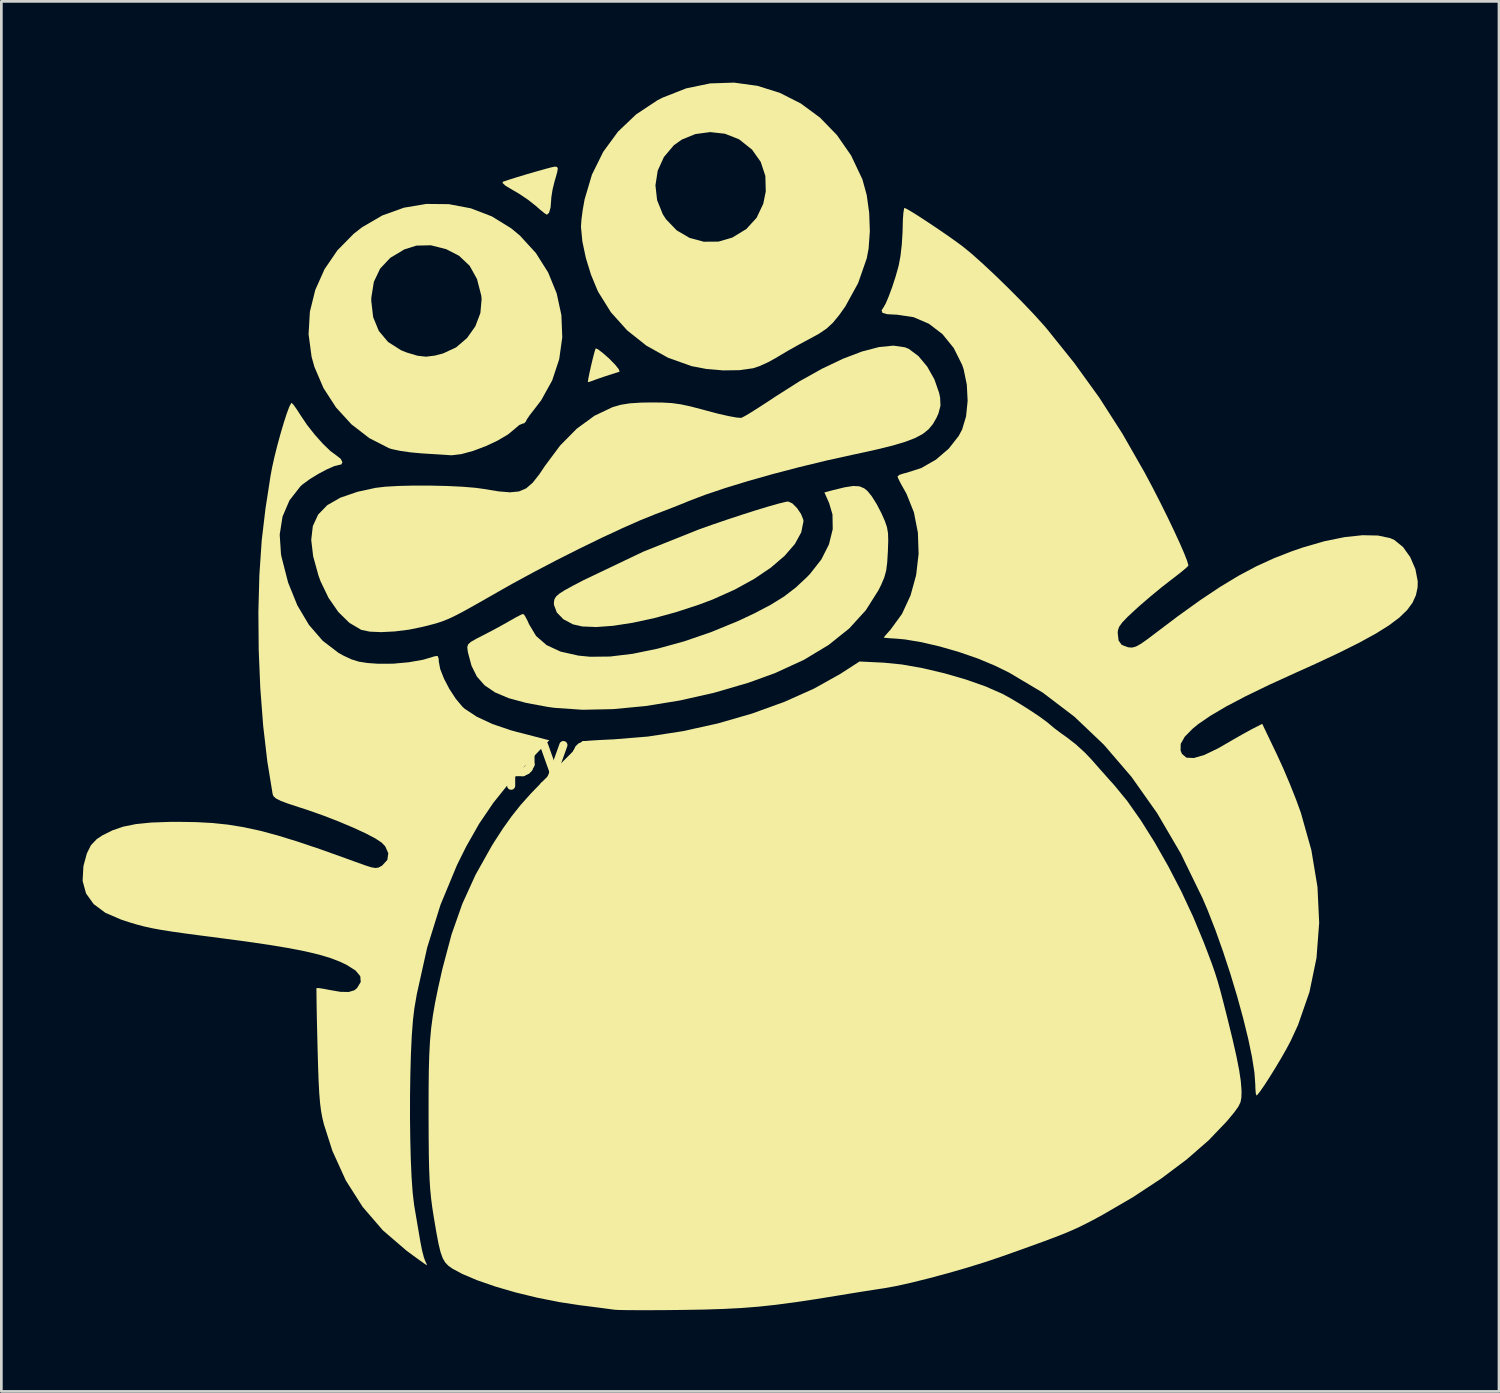
<source format=kicad_pcb>
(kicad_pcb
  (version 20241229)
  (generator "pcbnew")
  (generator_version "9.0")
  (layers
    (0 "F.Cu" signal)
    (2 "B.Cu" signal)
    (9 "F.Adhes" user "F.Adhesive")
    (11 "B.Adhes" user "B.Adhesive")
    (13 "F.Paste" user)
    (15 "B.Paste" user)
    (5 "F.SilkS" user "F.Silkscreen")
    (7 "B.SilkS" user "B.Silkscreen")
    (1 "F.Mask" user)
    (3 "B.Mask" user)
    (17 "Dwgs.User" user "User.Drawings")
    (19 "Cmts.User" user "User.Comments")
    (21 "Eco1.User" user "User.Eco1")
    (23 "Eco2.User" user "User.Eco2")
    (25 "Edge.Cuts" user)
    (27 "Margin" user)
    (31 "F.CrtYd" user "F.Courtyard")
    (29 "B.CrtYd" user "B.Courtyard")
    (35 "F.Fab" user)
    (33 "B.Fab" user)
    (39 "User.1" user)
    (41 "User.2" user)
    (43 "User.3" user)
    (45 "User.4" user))
  (footprint "pyoro_silkscreen"
    (layer "F.Cu")
    (at 24.747 24.776)
    (property "Reference" "pyoro_silkscreen" (at 0 0 0) (layer "F.SilkS") (effects (font (size 1.5 1.5) (thickness 0.3))))
    (attr board_only exclude_from_pos_files exclude_from_bom)
    (fp_poly (pts (xy -5.727 -14.934) (xy -5.561 -14.809) (xy -5.34 -14.616) (xy -5.294 -14.573) (xy -5.086 -14.36) (xy -4.955 -14.195) (xy -4.925 -14.108) (xy -4.933 -14.102) (xy -5.196 -14.02) (xy -5.493 -13.923) (xy -5.762 -13.831) (xy -5.939 -13.765) (xy -5.948 -13.761) (xy -6.07 -13.722) (xy -6.096 -13.728) (xy -6.078 -13.855) (xy -6.032 -14.083) (xy -5.97 -14.359) (xy -5.904 -14.632) (xy -5.846 -14.85) (xy -5.809 -14.961) (xy -5.806 -14.965)) (stroke (width 0) (type solid)) (fill yes) (layer "F.SilkS"))
    (fp_poly (pts (xy -7.235 -21.664) (xy -7.206 -21.607) (xy -7.228 -21.469) (xy -7.3 -21.214) (xy -7.325 -21.132) (xy -7.4 -20.827) (xy -7.445 -20.538) (xy -7.451 -20.44) (xy -7.473 -20.164) (xy -7.53 -19.969) (xy -7.608 -19.9) (xy -7.696 -19.954) (xy -7.865 -20.091) (xy -8.014 -20.222) (xy -8.291 -20.442) (xy -8.631 -20.672) (xy -8.861 -20.806) (xy -9.131 -20.966) (xy -9.248 -21.072) (xy -9.228 -21.118) (xy -9.009 -21.192) (xy -8.703 -21.288) (xy -8.352 -21.394) (xy -7.996 -21.497) (xy -7.678 -21.587) (xy -7.437 -21.65) (xy -7.315 -21.675) (xy -7.313 -21.675)) (stroke (width 0) (type solid)) (fill yes) (layer "F.SilkS"))
    (fp_poly (pts (xy 1.451 -9.244) (xy 1.624 -9.072) (xy 1.773 -8.852) (xy 1.857 -8.64) (xy 1.863 -8.584) (xy 1.781 -8.174) (xy 1.546 -7.746) (xy 1.169 -7.31) (xy 0.664 -6.876) (xy 0.043 -6.456) (xy -0.681 -6.058) (xy -1.494 -5.694) (xy -1.99 -5.507) (xy -2.841 -5.229) (xy -3.668 -5.003) (xy -4.449 -4.835) (xy -5.162 -4.725) (xy -5.786 -4.679) (xy -6.298 -4.7) (xy -6.646 -4.778) (xy -7.001 -4.967) (xy -7.243 -5.218) (xy -7.349 -5.501) (xy -7.349 -5.605) (xy -7.327 -5.712) (xy -7.268 -5.808) (xy -7.149 -5.912) (xy -6.946 -6.041) (xy -6.635 -6.212) (xy -6.265 -6.405) (xy -4.054 -7.46) (xy -1.99 -8.285) (xy -1.474 -8.468) (xy -0.934 -8.652) (xy -0.395 -8.83) (xy 0.115 -8.992) (xy 0.568 -9.129) (xy 0.937 -9.234) (xy 1.194 -9.298) (xy 1.298 -9.313)) (stroke (width 0) (type solid)) (fill yes) (layer "F.SilkS"))
    (fp_poly (pts (xy 3.928 -9.874) (xy 4.103 -9.801) (xy 4.228 -9.699) (xy 4.384 -9.506) (xy 4.565 -9.217) (xy 4.734 -8.893) (xy 4.742 -8.877) (xy 4.869 -8.59) (xy 4.946 -8.364) (xy 4.984 -8.143) (xy 4.992 -7.868) (xy 4.979 -7.484) (xy 4.978 -7.465) (xy 4.954 -7.059) (xy 4.915 -6.759) (xy 4.845 -6.506) (xy 4.73 -6.236) (xy 4.633 -6.041) (xy 4.167 -5.303) (xy 3.555 -4.629) (xy 2.793 -4.019) (xy 1.88 -3.469) (xy 0.811 -2.978) (xy -0.169 -2.623) (xy -1.432 -2.254) (xy -2.704 -1.967) (xy -3.956 -1.764) (xy -5.162 -1.649) (xy -6.293 -1.625) (xy -7.322 -1.696) (xy -7.578 -1.731) (xy -8.372 -1.878) (xy -9.015 -2.052) (xy -9.521 -2.265) (xy -9.909 -2.528) (xy -10.194 -2.853) (xy -10.392 -3.252) (xy -10.521 -3.735) (xy -10.531 -3.789) (xy -10.548 -3.932) (xy -10.52 -4.035) (xy -10.416 -4.131) (xy -10.21 -4.249) (xy -10.002 -4.355) (xy -9.64 -4.542) (xy -9.265 -4.746) (xy -8.984 -4.905) (xy -8.741 -5.043) (xy -8.557 -5.137) (xy -8.484 -5.164) (xy -8.42 -5.093) (xy -8.324 -4.912) (xy -8.267 -4.782) (xy -8.007 -4.348) (xy -7.62 -4.012) (xy -7.103 -3.772) (xy -6.449 -3.625) (xy -6.011 -3.582) (xy -5.278 -3.59) (xy -4.437 -3.692) (xy -3.516 -3.882) (xy -2.545 -4.15) (xy -1.55 -4.491) (xy -0.561 -4.897) (xy 0.026 -5.172) (xy 0.645 -5.496) (xy 1.148 -5.807) (xy 1.582 -6.14) (xy 1.994 -6.526) (xy 2.104 -6.64) (xy 2.522 -7.173) (xy 2.804 -7.731) (xy 2.943 -8.292) (xy 2.934 -8.835) (xy 2.81 -9.255) (xy 2.636 -9.648) (xy 2.948 -9.731) (xy 3.386 -9.838) (xy 3.7 -9.886)) (stroke (width 0) (type solid)) (fill yes) (layer "F.SilkS"))
    (fp_poly (pts (xy -11.231 -20.29) (xy -10.417 -20.136) (xy -9.641 -19.838) (xy -8.926 -19.397) (xy -8.608 -19.133) (xy -8.016 -18.487) (xy -7.562 -17.767) (xy -7.247 -16.995) (xy -7.073 -16.191) (xy -7.041 -15.374) (xy -7.154 -14.566) (xy -7.412 -13.785) (xy -7.818 -13.052) (xy -8.079 -12.709) (xy -8.246 -12.496) (xy -8.356 -12.331) (xy -8.382 -12.269) (xy -8.45 -12.199) (xy -8.496 -12.192) (xy -8.633 -12.134) (xy -8.769 -12.016) (xy -9.036 -11.794) (xy -9.418 -11.567) (xy -9.866 -11.356) (xy -10.332 -11.181) (xy -10.767 -11.062) (xy -11.122 -11.02) (xy -11.173 -11.022) (xy -11.348 -11.034) (xy -11.644 -11.053) (xy -12.011 -11.076) (xy -12.234 -11.09) (xy -12.642 -11.127) (xy -13.028 -11.183) (xy -13.333 -11.248) (xy -13.437 -11.281) (xy -14.163 -11.652) (xy -14.822 -12.161) (xy -15.393 -12.785) (xy -15.856 -13.501) (xy -16.191 -14.283) (xy -16.295 -14.655) (xy -16.406 -15.486) (xy -16.358 -16.316) (xy -16.258 -16.722) (xy -14.092 -16.722) (xy -14.022 -16.118) (xy -13.813 -15.609) (xy -13.47 -15.201) (xy -12.994 -14.898) (xy -12.768 -14.808) (xy -12.384 -14.694) (xy -12.069 -14.659) (xy -11.74 -14.7) (xy -11.438 -14.78) (xy -10.959 -15.003) (xy -10.556 -15.348) (xy -10.25 -15.781) (xy -10.064 -16.27) (xy -10.018 -16.782) (xy -10.032 -16.918) (xy -10.189 -17.527) (xy -10.46 -18.014) (xy -10.85 -18.383) (xy -11.323 -18.627) (xy -11.895 -18.772) (xy -12.426 -18.759) (xy -12.869 -18.62) (xy -13.389 -18.309) (xy -13.764 -17.911) (xy -13.997 -17.421) (xy -14.09 -16.835) (xy -14.092 -16.722) (xy -16.258 -16.722) (xy -16.159 -17.124) (xy -15.817 -17.888) (xy -15.341 -18.586) (xy -14.739 -19.197) (xy -14.43 -19.438) (xy -13.683 -19.873) (xy -12.886 -20.159) (xy -12.062 -20.298)) (stroke (width 0) (type solid)) (fill yes) (layer "F.SilkS"))
    (fp_poly (pts (xy 0.162 -24.658) (xy 0.989 -24.399) (xy 1.764 -24.006) (xy 2.472 -23.485) (xy 3.097 -22.842) (xy 3.622 -22.085) (xy 4.032 -21.219) (xy 4.044 -21.187) (xy 4.198 -20.623) (xy 4.289 -19.968) (xy 4.313 -19.287) (xy 4.267 -18.647) (xy 4.198 -18.287) (xy 3.88 -17.374) (xy 3.409 -16.516) (xy 3.187 -16.202) (xy 2.952 -15.915) (xy 2.717 -15.697) (xy 2.428 -15.502) (xy 2.095 -15.32) (xy 1.705 -15.111) (xy 1.298 -14.883) (xy 0.951 -14.678) (xy 0.888 -14.638) (xy 0.565 -14.458) (xy 0.235 -14.309) (xy -0.001 -14.231) (xy -0.507 -14.161) (xy -1.1 -14.153) (xy -1.712 -14.204) (xy -2.268 -14.31) (xy -3.134 -14.619) (xy -3.933 -15.064) (xy -4.644 -15.629) (xy -5.244 -16.296) (xy -5.712 -17.047) (xy -5.744 -17.114) (xy -5.982 -17.689) (xy -6.172 -18.31) (xy -6.3 -18.916) (xy -6.35 -19.446) (xy -6.35 -19.473) (xy -6.332 -19.731) (xy -6.286 -20.08) (xy -6.22 -20.446) (xy -6.218 -20.461) (xy -6.063 -20.984) (xy -3.602 -20.984) (xy -3.54 -20.436) (xy -3.329 -19.914) (xy -3.211 -19.732) (xy -2.819 -19.324) (xy -2.344 -19.045) (xy -1.819 -18.903) (xy -1.274 -18.907) (xy -0.762 -19.057) (xy -0.246 -19.372) (xy 0.134 -19.788) (xy 0.378 -20.304) (xy 0.471 -20.758) (xy 0.456 -21.331) (xy 0.284 -21.851) (xy -0.036 -22.303) (xy -0.494 -22.667) (xy -0.537 -22.693) (xy -1.039 -22.89) (xy -1.583 -22.95) (xy -2.127 -22.877) (xy -2.626 -22.675) (xy -2.923 -22.463) (xy -3.29 -22.028) (xy -3.518 -21.525) (xy -3.602 -20.984) (xy -6.063 -20.984) (xy -5.945 -21.381) (xy -5.53 -22.221) (xy -4.983 -22.967) (xy -4.313 -23.605) (xy -3.53 -24.123) (xy -3.344 -24.219) (xy -2.47 -24.563) (xy -1.583 -24.747) (xy -0.701 -24.776)) (stroke (width 0) (type solid)) (fill yes) (layer "F.SilkS"))
    (fp_poly (pts (xy 5.607 -15.006) (xy 5.749 -14.948) (xy 6.105 -14.683) (xy 6.43 -14.294) (xy 6.695 -13.825) (xy 6.871 -13.32) (xy 6.907 -13.146) (xy 6.921 -12.852) (xy 6.847 -12.568) (xy 6.776 -12.409) (xy 6.645 -12.177) (xy 6.483 -11.981) (xy 6.272 -11.811) (xy 5.991 -11.659) (xy 5.622 -11.517) (xy 5.145 -11.376) (xy 4.541 -11.227) (xy 3.792 -11.063) (xy 3.7 -11.044) (xy 2.711 -10.825) (xy 1.716 -10.584) (xy 0.743 -10.33) (xy -0.18 -10.069) (xy -1.026 -9.81) (xy -1.766 -9.561) (xy -2.373 -9.33) (xy -2.484 -9.283) (xy -2.676 -9.205) (xy -2.979 -9.085) (xy -3.345 -8.944) (xy -3.598 -8.848) (xy -4.163 -8.62) (xy -4.841 -8.32) (xy -5.603 -7.965) (xy -6.416 -7.569) (xy -7.249 -7.149) (xy -8.071 -6.719) (xy -8.851 -6.296) (xy -9.243 -6.075) (xy -9.838 -5.735) (xy -10.309 -5.468) (xy -10.68 -5.262) (xy -10.973 -5.108) (xy -11.213 -4.993) (xy -11.422 -4.907) (xy -11.624 -4.838) (xy -11.842 -4.776) (xy -12.099 -4.71) (xy -12.171 -4.692) (xy -12.689 -4.584) (xy -13.22 -4.517) (xy -13.72 -4.491) (xy -14.145 -4.509) (xy -14.454 -4.573) (xy -14.467 -4.578) (xy -14.901 -4.835) (xy -15.308 -5.235) (xy -15.668 -5.754) (xy -15.963 -6.366) (xy -16.041 -6.581) (xy -16.237 -7.29) (xy -16.308 -7.895) (xy -16.249 -8.406) (xy -16.053 -8.83) (xy -15.717 -9.177) (xy -15.232 -9.455) (xy -14.595 -9.673) (xy -13.933 -9.817) (xy -13.574 -9.86) (xy -13.088 -9.887) (xy -12.518 -9.901) (xy -11.906 -9.9) (xy -11.296 -9.886) (xy -10.728 -9.859) (xy -10.246 -9.819) (xy -9.948 -9.778) (xy -9.394 -9.687) (xy -8.97 -9.652) (xy -8.641 -9.684) (xy -8.374 -9.798) (xy -8.134 -10.005) (xy -7.887 -10.319) (xy -7.677 -10.632) (xy -7.118 -11.382) (xy -6.505 -12.002) (xy -5.852 -12.479) (xy -5.184 -12.796) (xy -4.883 -12.883) (xy -4.548 -12.937) (xy -4.129 -12.964) (xy -3.759 -12.97) (xy -3.34 -12.966) (xy -2.993 -12.946) (xy -2.664 -12.9) (xy -2.298 -12.821) (xy -1.839 -12.701) (xy -1.701 -12.663) (xy -1.279 -12.552) (xy -0.905 -12.467) (xy -0.615 -12.414) (xy -0.443 -12.4) (xy -0.424 -12.404) (xy -0.3 -12.467) (xy -0.064 -12.608) (xy 0.253 -12.809) (xy 0.625 -13.051) (xy 0.821 -13.182) (xy 1.705 -13.744) (xy 2.542 -14.212) (xy 3.318 -14.582) (xy 4.025 -14.851) (xy 4.649 -15.014) (xy 5.18 -15.067)) (stroke (width 0) (type solid)) (fill yes) (layer "F.SilkS"))
    (fp_poly (pts (xy 4.823 -3.364) (xy 5.496 -3.297) (xy 6.26 -3.162) (xy 7.064 -2.972) (xy 7.856 -2.743) (xy 8.584 -2.487) (xy 9.196 -2.218) (xy 9.216 -2.208) (xy 9.523 -2.04) (xy 9.881 -1.825) (xy 10.25 -1.591) (xy 10.585 -1.367) (xy 10.843 -1.178) (xy 10.953 -1.087) (xy 11.117 -0.949) (xy 11.366 -0.761) (xy 11.607 -0.59) (xy 11.919 -0.347) (xy 12.253 -0.042) (xy 12.496 0.213) (xy 12.782 0.539) (xy 13.104 0.902) (xy 13.346 1.171) (xy 13.815 1.744) (xy 14.312 2.45) (xy 14.821 3.26) (xy 15.324 4.143) (xy 15.805 5.069) (xy 16.245 6.01) (xy 16.629 6.934) (xy 16.633 6.943) (xy 16.807 7.398) (xy 16.943 7.762) (xy 17.052 8.075) (xy 17.148 8.379) (xy 17.244 8.715) (xy 17.351 9.124) (xy 17.484 9.648) (xy 17.517 9.779) (xy 17.705 10.547) (xy 17.847 11.174) (xy 17.946 11.68) (xy 18.007 12.084) (xy 18.032 12.409) (xy 18.034 12.497) (xy 18.027 12.701) (xy 17.994 12.867) (xy 17.912 13.032) (xy 17.763 13.238) (xy 17.525 13.525) (xy 17.478 13.58) (xy 16.818 14.27) (xy 16.009 14.975) (xy 15.069 15.68) (xy 14.016 16.373) (xy 12.868 17.04) (xy 12.548 17.212) (xy 12.287 17.347) (xy 12.042 17.468) (xy 11.789 17.584) (xy 11.504 17.705) (xy 11.165 17.838) (xy 10.747 17.995) (xy 10.229 18.183) (xy 9.586 18.413) (xy 9.186 18.555) (xy 8.576 18.761) (xy 7.895 18.972) (xy 7.183 19.177) (xy 6.479 19.366) (xy 5.821 19.529) (xy 5.249 19.655) (xy 4.841 19.728) (xy 4.527 19.776) (xy 4.104 19.842) (xy 3.631 19.918) (xy 3.217 19.986) (xy 2.309 20.133) (xy 1.528 20.25) (xy 0.837 20.341) (xy 0.196 20.41) (xy -0.432 20.459) (xy -1.085 20.493) (xy -1.802 20.516) (xy -2.582 20.529) (xy -3.201 20.536) (xy -3.775 20.539) (xy -4.28 20.539) (xy -4.69 20.536) (xy -4.98 20.53) (xy -5.122 20.521) (xy -5.306 20.496) (xy -5.613 20.455) (xy -6 20.405) (xy -6.392 20.356) (xy -7.176 20.236) (xy -7.978 20.075) (xy -8.766 19.883) (xy -9.509 19.667) (xy -10.174 19.437) (xy -10.729 19.203) (xy -11.091 19.008) (xy -11.241 18.903) (xy -11.358 18.783) (xy -11.453 18.623) (xy -11.534 18.397) (xy -11.611 18.08) (xy -11.693 17.644) (xy -11.784 17.103) (xy -11.839 16.753) (xy -11.882 16.424) (xy -11.915 16.089) (xy -11.939 15.722) (xy -11.956 15.297) (xy -11.967 14.785) (xy -11.973 14.161) (xy -11.976 13.398) (xy -11.976 13.293) (xy -11.975 12.445) (xy -11.968 11.735) (xy -11.952 11.134) (xy -11.924 10.61) (xy -11.881 10.133) (xy -11.819 9.672) (xy -11.737 9.197) (xy -11.631 8.677) (xy -11.498 8.081) (xy -11.46 7.916) (xy -11.129 6.671) (xy -10.73 5.537) (xy -10.241 4.464) (xy -9.643 3.398) (xy -9.556 3.258) (xy -9.229 2.754) (xy -8.913 2.31) (xy -8.579 1.891) (xy -8.196 1.462) (xy -7.734 0.986) (xy -7.314 0.573) (xy -6.978 0.244) (xy -6.693 -0.042) (xy -6.476 -0.267) (xy -6.348 -0.41) (xy -6.321 -0.451) (xy -6.254 -0.466) (xy -6.045 -0.484) (xy -5.726 -0.505) (xy -5.324 -0.525) (xy -5.145 -0.533) (xy -3.883 -0.636) (xy -2.589 -0.835) (xy -1.296 -1.121) (xy -0.037 -1.485) (xy 1.157 -1.917) (xy 2.255 -2.408) (xy 3.222 -2.949) (xy 3.313 -3.007) (xy 3.931 -3.407)) (stroke (width 0) (type solid)) (fill yes) (layer "F.SilkS"))
    (fp_poly (pts (xy 5.691 -20.105) (xy 5.9 -19.981) (xy 6.188 -19.799) (xy 6.527 -19.576) (xy 6.887 -19.334) (xy 7.24 -19.091) (xy 7.555 -18.866) (xy 7.747 -18.724) (xy 8.075 -18.455) (xy 8.486 -18.088) (xy 8.949 -17.655) (xy 9.434 -17.183) (xy 9.911 -16.703) (xy 10.35 -16.244) (xy 10.72 -15.836) (xy 10.832 -15.706) (xy 11.855 -14.432) (xy 12.78 -13.152) (xy 13.637 -11.816) (xy 14.46 -10.376) (xy 14.755 -9.821) (xy 15.032 -9.281) (xy 15.297 -8.747) (xy 15.538 -8.243) (xy 15.747 -7.79) (xy 15.912 -7.411) (xy 16.023 -7.129) (xy 16.07 -6.967) (xy 16.069 -6.942) (xy 15.994 -6.866) (xy 15.815 -6.716) (xy 15.564 -6.519) (xy 15.427 -6.415) (xy 15.08 -6.144) (xy 14.677 -5.812) (xy 14.285 -5.475) (xy 14.136 -5.341) (xy 13.828 -5.055) (xy 13.63 -4.848) (xy 13.518 -4.691) (xy 13.47 -4.555) (xy 13.463 -4.46) (xy 13.496 -4.18) (xy 13.613 -4.018) (xy 13.844 -3.933) (xy 13.854 -3.931) (xy 13.991 -3.92) (xy 14.135 -3.958) (xy 14.321 -4.061) (xy 14.583 -4.246) (xy 14.781 -4.397) (xy 15.691 -5.084) (xy 16.502 -5.667) (xy 17.24 -6.159) (xy 17.925 -6.573) (xy 18.582 -6.922) (xy 19.234 -7.22) (xy 19.904 -7.481) (xy 20.316 -7.622) (xy 21.106 -7.85) (xy 21.841 -7.999) (xy 22.502 -8.069) (xy 23.068 -8.057) (xy 23.517 -7.963) (xy 23.676 -7.892) (xy 23.995 -7.633) (xy 24.262 -7.259) (xy 24.451 -6.82) (xy 24.538 -6.37) (xy 24.533 -6.14) (xy 24.471 -5.853) (xy 24.346 -5.577) (xy 24.146 -5.305) (xy 23.86 -5.029) (xy 23.477 -4.741) (xy 22.986 -4.434) (xy 22.376 -4.1) (xy 21.635 -3.73) (xy 20.754 -3.317) (xy 20.074 -3.011) (xy 19.051 -2.544) (xy 18.183 -2.123) (xy 17.462 -1.744) (xy 16.881 -1.401) (xy 16.432 -1.093) (xy 16.232 -0.929) (xy 15.936 -0.628) (xy 15.789 -0.367) (xy 15.783 -0.125) (xy 15.834 0.002) (xy 15.999 0.143) (xy 16.275 0.156) (xy 16.663 0.042) (xy 17.163 -0.199) (xy 17.382 -0.324) (xy 17.739 -0.532) (xy 18.082 -0.727) (xy 18.36 -0.88) (xy 18.456 -0.931) (xy 18.798 -1.105) (xy 19.336 0.019) (xy 19.573 0.536) (xy 19.818 1.114) (xy 20.044 1.682) (xy 20.222 2.171) (xy 20.223 2.174) (xy 20.611 3.554) (xy 20.837 4.912) (xy 20.9 6.242) (xy 20.801 7.538) (xy 20.541 8.796) (xy 20.12 10.009) (xy 19.847 10.601) (xy 19.694 10.889) (xy 19.502 11.227) (xy 19.289 11.584) (xy 19.075 11.929) (xy 18.878 12.234) (xy 18.717 12.466) (xy 18.612 12.597) (xy 18.586 12.615) (xy 18.56 12.539) (xy 18.545 12.346) (xy 18.542 12.212) (xy 18.51 11.767) (xy 18.42 11.193) (xy 18.279 10.516) (xy 18.094 9.761) (xy 17.873 8.957) (xy 17.623 8.127) (xy 17.352 7.301) (xy 17.068 6.502) (xy 16.777 5.759) (xy 16.591 5.324) (xy 15.79 3.681) (xy 14.918 2.191) (xy 13.973 0.854) (xy 12.954 -0.333) (xy 11.862 -1.371) (xy 10.694 -2.259) (xy 9.45 -2.999) (xy 8.932 -3.253) (xy 8.311 -3.512) (xy 7.619 -3.752) (xy 6.906 -3.959) (xy 6.218 -4.12) (xy 5.605 -4.222) (xy 5.313 -4.249) (xy 5.051 -4.265) (xy 4.875 -4.281) (xy 4.826 -4.291) (xy 4.877 -4.357) (xy 5.007 -4.505) (xy 5.076 -4.581) (xy 5.5 -5.164) (xy 5.816 -5.847) (xy 6.022 -6.597) (xy 6.113 -7.38) (xy 6.087 -8.163) (xy 5.94 -8.912) (xy 5.668 -9.593) (xy 5.593 -9.729) (xy 5.455 -9.974) (xy 5.361 -10.162) (xy 5.334 -10.239) (xy 5.408 -10.299) (xy 5.593 -10.357) (xy 5.652 -10.369) (xy 6.213 -10.549) (xy 6.753 -10.859) (xy 7.228 -11.267) (xy 7.597 -11.739) (xy 7.72 -11.972) (xy 7.865 -12.456) (xy 7.923 -13.026) (xy 7.893 -13.624) (xy 7.776 -14.192) (xy 7.72 -14.357) (xy 7.408 -14.981) (xy 6.994 -15.491) (xy 6.494 -15.874) (xy 5.926 -16.118) (xy 5.306 -16.21) (xy 5.28 -16.21) (xy 4.951 -16.228) (xy 4.777 -16.279) (xy 4.747 -16.372) (xy 4.813 -16.472) (xy 4.899 -16.622) (xy 5.013 -16.892) (xy 5.141 -17.239) (xy 5.265 -17.62) (xy 5.37 -17.993) (xy 5.378 -18.026) (xy 5.443 -18.37) (xy 5.493 -18.804) (xy 5.52 -19.247) (xy 5.523 -19.359) (xy 5.532 -19.702) (xy 5.551 -19.97) (xy 5.577 -20.126) (xy 5.592 -20.151)) (stroke (width 0) (type solid)) (fill yes) (layer "F.SilkS"))
    (fp_poly (pts (xy -16.963 -12.884) (xy -16.837 -12.708) (xy -16.697 -12.489) (xy -16.462 -12.14) (xy -16.177 -11.779) (xy -15.878 -11.445) (xy -15.6 -11.176) (xy -15.377 -11.012) (xy -15.376 -11.011) (xy -15.22 -10.889) (xy -15.156 -10.764) (xy -15.198 -10.68) (xy -15.261 -10.668) (xy -15.45 -10.622) (xy -15.727 -10.501) (xy -16.045 -10.333) (xy -16.357 -10.142) (xy -16.614 -9.955) (xy -16.709 -9.871) (xy -17.112 -9.353) (xy -17.367 -8.757) (xy -17.472 -8.094) (xy -17.425 -7.374) (xy -17.406 -7.274) (xy -17.162 -6.323) (xy -16.822 -5.482) (xy -16.394 -4.761) (xy -15.885 -4.172) (xy -15.301 -3.725) (xy -15.113 -3.621) (xy -14.819 -3.485) (xy -14.545 -3.4) (xy -14.227 -3.351) (xy -13.843 -3.324) (xy -13.286 -3.326) (xy -12.707 -3.379) (xy -12.17 -3.474) (xy -11.748 -3.6) (xy -11.642 -3.612) (xy -11.603 -3.507) (xy -11.599 -3.407) (xy -11.547 -3.128) (xy -11.407 -2.772) (xy -11.207 -2.391) (xy -10.973 -2.032) (xy -10.733 -1.745) (xy -10.642 -1.661) (xy -10.198 -1.369) (xy -9.621 -1.1) (xy -8.95 -0.871) (xy -8.721 -0.808) (xy -8.376 -0.72) (xy -8.045 -0.634) (xy -7.846 -0.582) (xy -7.521 -0.497) (xy -8.271 0.281) (xy -8.987 1.062) (xy -9.588 1.813) (xy -10.111 2.584) (xy -10.588 3.424) (xy -10.927 4.106) (xy -11.536 5.574) (xy -12.03 7.161) (xy -12.41 8.87) (xy -12.501 9.398) (xy -12.553 9.833) (xy -12.596 10.404) (xy -12.628 11.079) (xy -12.649 11.829) (xy -12.661 12.624) (xy -12.662 13.434) (xy -12.652 14.228) (xy -12.633 14.976) (xy -12.603 15.649) (xy -12.562 16.215) (xy -12.511 16.646) (xy -12.506 16.679) (xy -12.433 17.11) (xy -12.358 17.552) (xy -12.293 17.93) (xy -12.277 18.026) (xy -12.216 18.334) (xy -12.149 18.591) (xy -12.1 18.724) (xy -12.043 18.849) (xy -12.041 18.88) (xy -12.114 18.833) (xy -12.295 18.705) (xy -12.553 18.517) (xy -12.793 18.34) (xy -13.663 17.592) (xy -14.408 16.729) (xy -15.03 15.752) (xy -15.526 14.661) (xy -15.841 13.674) (xy -15.9 13.431) (xy -15.946 13.176) (xy -15.983 12.883) (xy -16.012 12.526) (xy -16.036 12.077) (xy -16.056 11.511) (xy -16.075 10.837) (xy -16.089 10.251) (xy -16.101 9.723) (xy -16.109 9.276) (xy -16.114 8.932) (xy -16.116 8.716) (xy -16.114 8.649) (xy -16.03 8.648) (xy -15.832 8.679) (xy -15.665 8.712) (xy -15.231 8.787) (xy -14.924 8.793) (xy -14.714 8.729) (xy -14.618 8.65) (xy -14.481 8.425) (xy -14.497 8.211) (xy -14.67 8.002) (xy -15.005 7.79) (xy -15.243 7.677) (xy -15.592 7.542) (xy -16.013 7.416) (xy -16.523 7.294) (xy -17.139 7.173) (xy -17.878 7.051) (xy -18.755 6.923) (xy -19.6 6.811) (xy -20.355 6.713) (xy -20.966 6.632) (xy -21.459 6.562) (xy -21.857 6.499) (xy -22.187 6.438) (xy -22.472 6.375) (xy -22.738 6.305) (xy -23.009 6.224) (xy -23.309 6.127) (xy -23.315 6.125) (xy -23.905 5.871) (xy -24.34 5.548) (xy -24.621 5.155) (xy -24.747 4.694) (xy -24.719 4.164) (xy -24.708 4.11) (xy -24.592 3.681) (xy -24.441 3.376) (xy -24.225 3.149) (xy -24.024 3.015) (xy -23.65 2.828) (xy -23.246 2.689) (xy -22.779 2.595) (xy -22.22 2.538) (xy -21.537 2.514) (xy -21.209 2.512) (xy -20.565 2.522) (xy -19.966 2.554) (xy -19.389 2.614) (xy -18.809 2.708) (xy -18.202 2.839) (xy -17.545 3.015) (xy -16.812 3.241) (xy -15.98 3.521) (xy -15.025 3.862) (xy -14.682 3.987) (xy -14.325 4.116) (xy -14.088 4.191) (xy -13.933 4.216) (xy -13.821 4.198) (xy -13.715 4.141) (xy -13.687 4.123) (xy -13.499 3.918) (xy -13.463 3.672) (xy -13.576 3.416) (xy -13.707 3.28) (xy -13.938 3.127) (xy -14.299 2.937) (xy -14.761 2.724) (xy -15.291 2.501) (xy -15.858 2.281) (xy -16.433 2.078) (xy -16.708 1.989) (xy -17.136 1.849) (xy -17.427 1.741) (xy -17.606 1.652) (xy -17.699 1.57) (xy -17.731 1.495) (xy -17.929 0.283) (xy -18.082 -1.034) (xy -18.188 -2.42) (xy -18.247 -3.835) (xy -18.259 -5.244) (xy -18.222 -6.607) (xy -18.135 -7.888) (xy -17.997 -9.048) (xy -17.983 -9.144) (xy -17.922 -9.532) (xy -17.867 -9.891) (xy -17.825 -10.164) (xy -17.813 -10.245) (xy -17.752 -10.573) (xy -17.664 -10.967) (xy -17.557 -11.394) (xy -17.439 -11.824) (xy -17.32 -12.225) (xy -17.21 -12.565) (xy -17.116 -12.815) (xy -17.048 -12.942) (xy -17.032 -12.952)) (stroke (width 0) (type solid)) (fill yes) (layer "F.SilkS")))
  (gr_rect
    (start -3 -3)
    (end 52.285 48.315)
    (stroke (width 0.1) (type default))
    (fill no)
    (layer "Edge.Cuts")))
</source>
